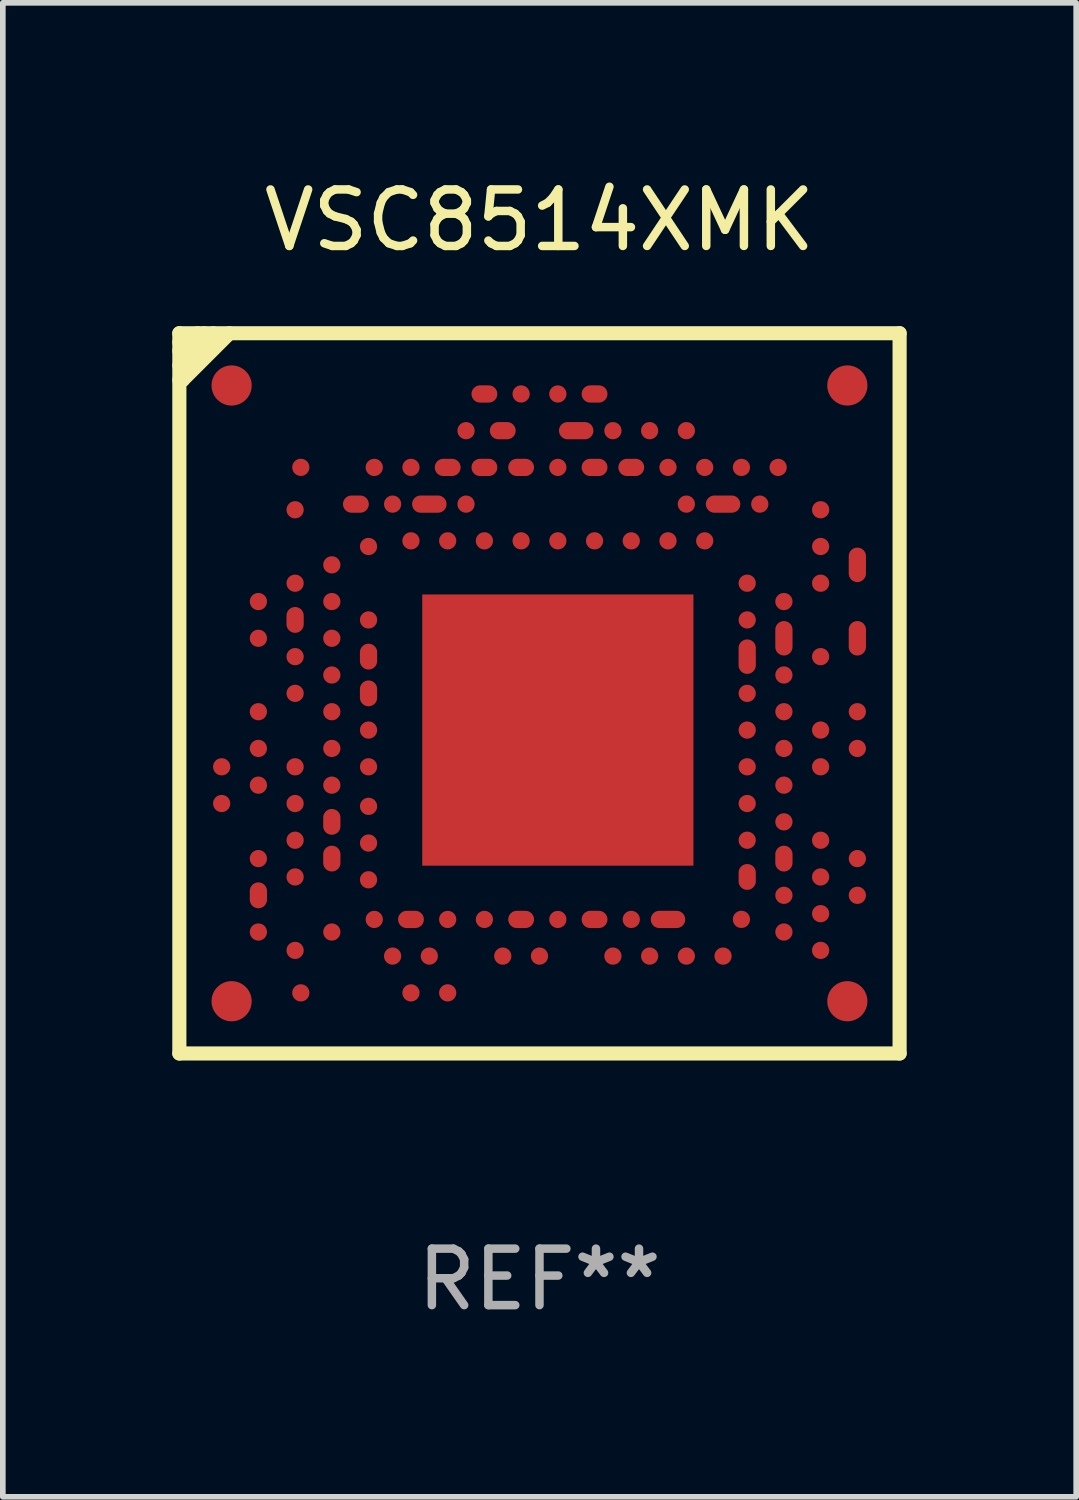
<source format=kicad_pcb>
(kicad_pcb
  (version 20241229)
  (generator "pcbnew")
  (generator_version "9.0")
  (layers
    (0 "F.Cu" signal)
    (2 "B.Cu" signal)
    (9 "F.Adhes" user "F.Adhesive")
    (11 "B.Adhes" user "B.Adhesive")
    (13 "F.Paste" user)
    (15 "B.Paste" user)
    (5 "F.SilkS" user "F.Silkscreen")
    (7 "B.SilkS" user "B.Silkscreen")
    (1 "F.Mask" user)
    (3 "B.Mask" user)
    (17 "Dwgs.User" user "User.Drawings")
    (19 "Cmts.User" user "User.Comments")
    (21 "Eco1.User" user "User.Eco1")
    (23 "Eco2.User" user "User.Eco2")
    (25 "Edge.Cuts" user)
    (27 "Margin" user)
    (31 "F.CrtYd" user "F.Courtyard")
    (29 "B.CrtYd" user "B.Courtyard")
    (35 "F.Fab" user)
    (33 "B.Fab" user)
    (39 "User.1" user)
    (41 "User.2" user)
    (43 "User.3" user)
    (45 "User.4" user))
  (footprint "VSC8514XMK"
    (layer "F.Cu")
    (at 6.5 9.224)
    (property "Reference" "VSC8514XMK" (at 0 -8.375 0) (layer "F.SilkS") (effects (font (size 1 1) (thickness 0.15))))
    (attr through_hole)
    (fp_line (start -6.375 -6.375) (end -6.375 6.375) (stroke (width 0.25) (type solid)) (layer "F.SilkS"))
    (fp_line (start -6.375 -6.214) (end -6.212 -6.214) (stroke (width 0.25) (type solid)) (layer "F.SilkS"))
    (fp_line (start -6.375 -6.064) (end -6.245 -6.064) (stroke (width 0.25) (type solid)) (layer "F.SilkS"))
    (fp_line (start -6.375 -5.805) (end -6.344 -5.805) (stroke (width 0.25) (type solid)) (layer "F.SilkS"))
    (fp_line (start -6.375 -5.547) (end -6.316 -5.547) (stroke (width 0.25) (type solid)) (layer "F.SilkS"))
    (fp_line (start -6.375 6.375) (end 6.375 6.375) (stroke (width 0.25) (type solid)) (layer "F.SilkS"))
    (fp_line (start -6.344 -5.805) (end -5.774 -6.375) (stroke (width 0.25) (type solid)) (layer "F.SilkS"))
    (fp_line (start -6.316 -5.547) (end -5.487 -6.375) (stroke (width 0.25) (type solid)) (layer "F.SilkS"))
    (fp_line (start -6.245 -6.064) (end -5.934 -6.375) (stroke (width 0.25) (type solid)) (layer "F.SilkS"))
    (fp_line (start -6.212 -6.214) (end -6.051 -6.375) (stroke (width 0.25) (type solid)) (layer "F.SilkS"))
    (fp_line (start 6.375 -6.375) (end -6.375 -6.375) (stroke (width 0.25) (type solid)) (layer "F.SilkS"))
    (fp_line (start 6.375 6.375) (end 6.375 -6.375) (stroke (width 0.25) (type solid)) (layer "F.SilkS"))
    (fp_text user "REF**" (at 0 10.375 0) (layer "F.Fab") (effects (font (size 1 1) (thickness 0.15))))
    (pad "139" smd rect (at 0.325 0.65) (size 4.801 4.801) (layers "F.Cu" "F.Mask" "F.Paste"))
    (pad "A1" smd circle (at -5.45 -5.45) (size 0.711 0.711) (layers "F.Cu" "F.Mask" "F.Paste"))
    (pad "A2" smd circle (at -5.626 1.3) (size 0.305 0.305) (layers "F.Cu" "F.Mask" "F.Paste"))
    (pad "A3" smd circle (at -5.626 1.95) (size 0.305 0.305) (layers "F.Cu" "F.Mask" "F.Paste"))
    (pad "A4" smd circle (at -5.45 5.45) (size 0.711 0.711) (layers "F.Cu" "F.Mask" "F.Paste"))
    (pad "A5" smd circle (at 5.45 5.45) (size 0.711 0.711) (layers "F.Cu" "F.Mask" "F.Paste"))
    (pad "A6" smd circle (at 5.45 -5.45) (size 0.711 0.711) (layers "F.Cu" "F.Mask" "F.Paste"))
    (pad "A7" smd oval (at 0.975 -5.3) (size 0.457 0.305) (layers "F.Cu" "F.Mask" "F.Paste"))
    (pad "A8" smd circle (at 0.325 -5.3) (size 0.305 0.305) (layers "F.Cu" "F.Mask" "F.Paste"))
    (pad "A9" smd circle (at -0.325 -5.3) (size 0.305 0.305) (layers "F.Cu" "F.Mask" "F.Paste"))
    (pad "A10" smd oval (at -0.975 -5.3) (size 0.457 0.305) (layers "F.Cu" "F.Mask" "F.Paste"))
    (pad "B1" smd circle (at -4.976 -1.625) (size 0.305 0.305) (layers "F.Cu" "F.Mask" "F.Paste"))
    (pad "B2" smd circle (at -4.976 -0.975) (size 0.305 0.305) (layers "F.Cu" "F.Mask" "F.Paste"))
    (pad "B3" smd circle (at -4.976 0.325) (size 0.305 0.305) (layers "F.Cu" "F.Mask" "F.Paste"))
    (pad "B4" smd circle (at -4.976 0.975) (size 0.305 0.305) (layers "F.Cu" "F.Mask" "F.Paste"))
    (pad "B5" smd circle (at -4.976 1.625) (size 0.305 0.305) (layers "F.Cu" "F.Mask" "F.Paste"))
    (pad "B6" smd circle (at -4.976 2.925) (size 0.305 0.305) (layers "F.Cu" "F.Mask" "F.Paste"))
    (pad "B7" smd oval (at -4.976 3.575 90) (size 0.457 0.305) (layers "F.Cu" "F.Mask" "F.Paste"))
    (pad "B8" smd circle (at -4.976 4.225) (size 0.305 0.305) (layers "F.Cu" "F.Mask" "F.Paste"))
    (pad "B9" smd circle (at 5.627 3.575) (size 0.305 0.305) (layers "F.Cu" "F.Mask" "F.Paste"))
    (pad "B10" smd circle (at 5.627 2.925) (size 0.305 0.305) (layers "F.Cu" "F.Mask" "F.Paste"))
    (pad "B11" smd circle (at 5.627 0.975) (size 0.305 0.305) (layers "F.Cu" "F.Mask" "F.Paste"))
    (pad "B12" smd circle (at 5.627 0.325) (size 0.305 0.305) (layers "F.Cu" "F.Mask" "F.Paste"))
    (pad "B13" smd oval (at 5.627 -0.975 90) (size 0.61 0.305) (layers "F.Cu" "F.Mask" "F.Paste"))
    (pad "B14" smd oval (at 5.627 -2.275 90) (size 0.61 0.305) (layers "F.Cu" "F.Mask" "F.Paste"))
    (pad "B15" smd circle (at 2.6 -4.65) (size 0.305 0.305) (layers "F.Cu" "F.Mask" "F.Paste"))
    (pad "B16" smd circle (at 1.95 -4.65) (size 0.305 0.305) (layers "F.Cu" "F.Mask" "F.Paste"))
    (pad "B17" smd circle (at 1.3 -4.65) (size 0.305 0.305) (layers "F.Cu" "F.Mask" "F.Paste"))
    (pad "B18" smd oval (at 0.65 -4.65) (size 0.61 0.305) (layers "F.Cu" "F.Mask" "F.Paste"))
    (pad "B19" smd oval (at -0.65 -4.65) (size 0.457 0.305) (layers "F.Cu" "F.Mask" "F.Paste"))
    (pad "B20" smd circle (at -1.3 -4.65) (size 0.305 0.305) (layers "F.Cu" "F.Mask" "F.Paste"))
    (pad "C1" smd circle (at -4.326 -3.25) (size 0.305 0.305) (layers "F.Cu" "F.Mask" "F.Paste"))
    (pad "C2" smd circle (at -4.326 -1.95) (size 0.305 0.305) (layers "F.Cu" "F.Mask" "F.Paste"))
    (pad "C3" smd oval (at -4.326 -1.3 90) (size 0.457 0.305) (layers "F.Cu" "F.Mask" "F.Paste"))
    (pad "C4" smd circle (at -4.326 -0.65) (size 0.305 0.305) (layers "F.Cu" "F.Mask" "F.Paste"))
    (pad "C5" smd circle (at -4.326 0) (size 0.305 0.305) (layers "F.Cu" "F.Mask" "F.Paste"))
    (pad "C6" smd circle (at -4.326 1.3) (size 0.305 0.305) (layers "F.Cu" "F.Mask" "F.Paste"))
    (pad "C7" smd circle (at -4.326 1.95) (size 0.305 0.305) (layers "F.Cu" "F.Mask" "F.Paste"))
    (pad "C8" smd circle (at -4.326 2.6) (size 0.305 0.305) (layers "F.Cu" "F.Mask" "F.Paste"))
    (pad "C9" smd circle (at -4.326 3.25) (size 0.305 0.305) (layers "F.Cu" "F.Mask" "F.Paste"))
    (pad "C10" smd circle (at -4.326 4.55) (size 0.305 0.305) (layers "F.Cu" "F.Mask" "F.Paste"))
    (pad "C11" smd circle (at -4.225 5.302) (size 0.305 0.305) (layers "F.Cu" "F.Mask" "F.Paste"))
    (pad "C12" smd circle (at -2.275 5.302) (size 0.305 0.305) (layers "F.Cu" "F.Mask" "F.Paste"))
    (pad "C13" smd circle (at -1.625 5.302) (size 0.305 0.305) (layers "F.Cu" "F.Mask" "F.Paste"))
    (pad "C14" smd circle (at 4.977 4.55) (size 0.305 0.305) (layers "F.Cu" "F.Mask" "F.Paste"))
    (pad "C15" smd circle (at 4.977 3.9) (size 0.305 0.305) (layers "F.Cu" "F.Mask" "F.Paste"))
    (pad "C16" smd circle (at 4.977 3.25) (size 0.305 0.305) (layers "F.Cu" "F.Mask" "F.Paste"))
    (pad "C17" smd circle (at 4.977 2.6) (size 0.305 0.305) (layers "F.Cu" "F.Mask" "F.Paste"))
    (pad "C18" smd circle (at 4.977 1.3) (size 0.305 0.305) (layers "F.Cu" "F.Mask" "F.Paste"))
    (pad "C19" smd circle (at 4.977 0.65) (size 0.305 0.305) (layers "F.Cu" "F.Mask" "F.Paste"))
    (pad "C20" smd circle (at 4.977 -0.65) (size 0.305 0.305) (layers "F.Cu" "F.Mask" "F.Paste"))
    (pad "C21" smd circle (at 4.977 -1.95) (size 0.305 0.305) (layers "F.Cu" "F.Mask" "F.Paste"))
    (pad "C22" smd circle (at 4.977 -2.6) (size 0.305 0.305) (layers "F.Cu" "F.Mask" "F.Paste"))
    (pad "C23" smd circle (at 4.977 -3.25) (size 0.305 0.305) (layers "F.Cu" "F.Mask" "F.Paste"))
    (pad "C24" smd circle (at 4.225 -4) (size 0.305 0.305) (layers "F.Cu" "F.Mask" "F.Paste"))
    (pad "C25" smd circle (at 3.575 -4) (size 0.305 0.305) (layers "F.Cu" "F.Mask" "F.Paste"))
    (pad "C26" smd circle (at 2.925 -4) (size 0.305 0.305) (layers "F.Cu" "F.Mask" "F.Paste"))
    (pad "C27" smd circle (at 2.275 -4) (size 0.305 0.305) (layers "F.Cu" "F.Mask" "F.Paste"))
    (pad "C28" smd oval (at 1.625 -4) (size 0.457 0.305) (layers "F.Cu" "F.Mask" "F.Paste"))
    (pad "C29" smd oval (at 0.975 -4) (size 0.457 0.305) (layers "F.Cu" "F.Mask" "F.Paste"))
    (pad "C30" smd circle (at 0.325 -4) (size 0.305 0.305) (layers "F.Cu" "F.Mask" "F.Paste"))
    (pad "C31" smd oval (at -0.325 -4) (size 0.457 0.305) (layers "F.Cu" "F.Mask" "F.Paste"))
    (pad "C32" smd oval (at -0.975 -4) (size 0.457 0.305) (layers "F.Cu" "F.Mask" "F.Paste"))
    (pad "C33" smd oval (at -1.625 -4) (size 0.457 0.305) (layers "F.Cu" "F.Mask" "F.Paste"))
    (pad "C34" smd circle (at -2.275 -4) (size 0.305 0.305) (layers "F.Cu" "F.Mask" "F.Paste"))
    (pad "C35" smd circle (at -2.925 -4) (size 0.305 0.305) (layers "F.Cu" "F.Mask" "F.Paste"))
    (pad "C36" smd circle (at -4.225 -4.001) (size 0.305 0.305) (layers "F.Cu" "F.Mask" "F.Paste"))
    (pad "D1" smd circle (at -3.676 -2.275) (size 0.305 0.305) (layers "F.Cu" "F.Mask" "F.Paste"))
    (pad "D2" smd circle (at -3.676 -1.625) (size 0.305 0.305) (layers "F.Cu" "F.Mask" "F.Paste"))
    (pad "D3" smd circle (at -3.676 -0.975) (size 0.305 0.305) (layers "F.Cu" "F.Mask" "F.Paste"))
    (pad "D4" smd circle (at -3.676 -0.325) (size 0.305 0.305) (layers "F.Cu" "F.Mask" "F.Paste"))
    (pad "D5" smd circle (at -3.676 0.325) (size 0.305 0.305) (layers "F.Cu" "F.Mask" "F.Paste"))
    (pad "D6" smd circle (at -3.676 0.975) (size 0.305 0.305) (layers "F.Cu" "F.Mask" "F.Paste"))
    (pad "D7" smd circle (at -3.676 1.625) (size 0.305 0.305) (layers "F.Cu" "F.Mask" "F.Paste"))
    (pad "D8" smd oval (at -3.676 2.275 90) (size 0.457 0.305) (layers "F.Cu" "F.Mask" "F.Paste"))
    (pad "D9" smd oval (at -3.676 2.925 90) (size 0.457 0.305) (layers "F.Cu" "F.Mask" "F.Paste"))
    (pad "D10" smd circle (at -3.676 4.225) (size 0.305 0.305) (layers "F.Cu" "F.Mask" "F.Paste"))
    (pad "D11" smd circle (at -2.6 4.651) (size 0.305 0.305) (layers "F.Cu" "F.Mask" "F.Paste"))
    (pad "D12" smd circle (at -1.95 4.651) (size 0.305 0.305) (layers "F.Cu" "F.Mask" "F.Paste"))
    (pad "D13" smd circle (at -0.65 4.651) (size 0.305 0.305) (layers "F.Cu" "F.Mask" "F.Paste"))
    (pad "D14" smd circle (at 0 4.651) (size 0.305 0.305) (layers "F.Cu" "F.Mask" "F.Paste"))
    (pad "D15" smd circle (at 1.3 4.651) (size 0.305 0.305) (layers "F.Cu" "F.Mask" "F.Paste"))
    (pad "D16" smd circle (at 1.95 4.651) (size 0.305 0.305) (layers "F.Cu" "F.Mask" "F.Paste"))
    (pad "D17" smd circle (at 2.6 4.651) (size 0.305 0.305) (layers "F.Cu" "F.Mask" "F.Paste"))
    (pad "D18" smd circle (at 3.25 4.651) (size 0.305 0.305) (layers "F.Cu" "F.Mask" "F.Paste"))
    (pad "D19" smd circle (at 4.327 4.225) (size 0.305 0.305) (layers "F.Cu" "F.Mask" "F.Paste"))
    (pad "D20" smd circle (at 4.327 3.575) (size 0.305 0.305) (layers "F.Cu" "F.Mask" "F.Paste"))
    (pad "D21" smd oval (at 4.327 2.925 90) (size 0.457 0.305) (layers "F.Cu" "F.Mask" "F.Paste"))
    (pad "D22" smd circle (at 4.327 2.275) (size 0.305 0.305) (layers "F.Cu" "F.Mask" "F.Paste"))
    (pad "D23" smd circle (at 4.327 1.625) (size 0.305 0.305) (layers "F.Cu" "F.Mask" "F.Paste"))
    (pad "D24" smd circle (at 4.327 0.975) (size 0.305 0.305) (layers "F.Cu" "F.Mask" "F.Paste"))
    (pad "D25" smd circle (at 4.327 0.325) (size 0.305 0.305) (layers "F.Cu" "F.Mask" "F.Paste"))
    (pad "D26" smd circle (at 4.327 -0.325) (size 0.305 0.305) (layers "F.Cu" "F.Mask" "F.Paste"))
    (pad "D27" smd oval (at 4.327 -0.975 90) (size 0.61 0.305) (layers "F.Cu" "F.Mask" "F.Paste"))
    (pad "D28" smd circle (at 4.327 -1.625) (size 0.305 0.305) (layers "F.Cu" "F.Mask" "F.Paste"))
    (pad "D29" smd circle (at 3.9 -3.35) (size 0.305 0.305) (layers "F.Cu" "F.Mask" "F.Paste"))
    (pad "D30" smd oval (at 3.25 -3.35) (size 0.61 0.305) (layers "F.Cu" "F.Mask" "F.Paste"))
    (pad "D31" smd circle (at 2.6 -3.35) (size 0.305 0.305) (layers "F.Cu" "F.Mask" "F.Paste"))
    (pad "D32" smd circle (at -1.3 -3.35) (size 0.305 0.305) (layers "F.Cu" "F.Mask" "F.Paste"))
    (pad "D33" smd oval (at -1.95 -3.35) (size 0.61 0.305) (layers "F.Cu" "F.Mask" "F.Paste"))
    (pad "D34" smd circle (at -2.6 -3.35) (size 0.305 0.305) (layers "F.Cu" "F.Mask" "F.Paste"))
    (pad "D35" smd oval (at -3.25 -3.35) (size 0.457 0.305) (layers "F.Cu" "F.Mask" "F.Paste"))
    (pad "E1" smd circle (at -3.026 -2.6) (size 0.305 0.305) (layers "F.Cu" "F.Mask" "F.Paste"))
    (pad "E2" smd circle (at -3.026 -1.3) (size 0.305 0.305) (layers "F.Cu" "F.Mask" "F.Paste"))
    (pad "E3" smd oval (at -3.026 -0.65 90) (size 0.457 0.305) (layers "F.Cu" "F.Mask" "F.Paste"))
    (pad "E4" smd oval (at -3.026 0 90) (size 0.457 0.305) (layers "F.Cu" "F.Mask" "F.Paste"))
    (pad "E5" smd circle (at -3.026 0.65) (size 0.305 0.305) (layers "F.Cu" "F.Mask" "F.Paste"))
    (pad "E6" smd circle (at -3.026 1.3) (size 0.305 0.305) (layers "F.Cu" "F.Mask" "F.Paste"))
    (pad "E7" smd circle (at -3.026 2) (size 0.305 0.305) (layers "F.Cu" "F.Mask" "F.Paste"))
    (pad "E8" smd circle (at -3.026 2.65) (size 0.305 0.305) (layers "F.Cu" "F.Mask" "F.Paste"))
    (pad "E9" smd circle (at -3.026 3.3) (size 0.305 0.305) (layers "F.Cu" "F.Mask" "F.Paste"))
    (pad "E10" smd circle (at -2.925 4.002) (size 0.305 0.305) (layers "F.Cu" "F.Mask" "F.Paste"))
    (pad "E11" smd oval (at -2.275 4.002) (size 0.457 0.305) (layers "F.Cu" "F.Mask" "F.Paste"))
    (pad "E12" smd circle (at -1.625 4.002) (size 0.305 0.305) (layers "F.Cu" "F.Mask" "F.Paste"))
    (pad "E13" smd circle (at -0.975 4.002) (size 0.305 0.305) (layers "F.Cu" "F.Mask" "F.Paste"))
    (pad "E14" smd oval (at -0.325 4.002) (size 0.457 0.305) (layers "F.Cu" "F.Mask" "F.Paste"))
    (pad "E15" smd circle (at 0.325 4.002) (size 0.305 0.305) (layers "F.Cu" "F.Mask" "F.Paste"))
    (pad "E16" smd oval (at 0.975 4.002) (size 0.457 0.305) (layers "F.Cu" "F.Mask" "F.Paste"))
    (pad "E17" smd circle (at 1.625 4.002) (size 0.305 0.305) (layers "F.Cu" "F.Mask" "F.Paste"))
    (pad "E18" smd oval (at 2.275 4.002) (size 0.61 0.305) (layers "F.Cu" "F.Mask" "F.Paste"))
    (pad "E19" smd circle (at 3.575 4.001) (size 0.305 0.305) (layers "F.Cu" "F.Mask" "F.Paste"))
    (pad "E20" smd oval (at 3.677 3.25 90) (size 0.457 0.305) (layers "F.Cu" "F.Mask" "F.Paste"))
    (pad "E21" smd circle (at 3.677 2.6) (size 0.305 0.305) (layers "F.Cu" "F.Mask" "F.Paste"))
    (pad "E22" smd circle (at 3.677 1.95) (size 0.305 0.305) (layers "F.Cu" "F.Mask" "F.Paste"))
    (pad "E23" smd circle (at 3.677 1.3) (size 0.305 0.305) (layers "F.Cu" "F.Mask" "F.Paste"))
    (pad "E24" smd circle (at 3.677 0.65) (size 0.305 0.305) (layers "F.Cu" "F.Mask" "F.Paste"))
    (pad "E25" smd circle (at 3.677 0) (size 0.305 0.305) (layers "F.Cu" "F.Mask" "F.Paste"))
    (pad "E26" smd oval (at 3.677 -0.65 90) (size 0.61 0.305) (layers "F.Cu" "F.Mask" "F.Paste"))
    (pad "E27" smd circle (at 3.677 -1.3) (size 0.305 0.305) (layers "F.Cu" "F.Mask" "F.Paste"))
    (pad "E28" smd circle (at 3.677 -1.95) (size 0.305 0.305) (layers "F.Cu" "F.Mask" "F.Paste"))
    (pad "E29" smd circle (at 2.925 -2.7) (size 0.305 0.305) (layers "F.Cu" "F.Mask" "F.Paste"))
    (pad "E30" smd circle (at 2.275 -2.7) (size 0.305 0.305) (layers "F.Cu" "F.Mask" "F.Paste"))
    (pad "E31" smd circle (at 1.625 -2.7) (size 0.305 0.305) (layers "F.Cu" "F.Mask" "F.Paste"))
    (pad "E32" smd circle (at 0.975 -2.7) (size 0.305 0.305) (layers "F.Cu" "F.Mask" "F.Paste"))
    (pad "E33" smd circle (at 0.325 -2.7) (size 0.305 0.305) (layers "F.Cu" "F.Mask" "F.Paste"))
    (pad "E34" smd circle (at -0.325 -2.7) (size 0.305 0.305) (layers "F.Cu" "F.Mask" "F.Paste"))
    (pad "E35" smd circle (at -0.975 -2.7) (size 0.305 0.305) (layers "F.Cu" "F.Mask" "F.Paste"))
    (pad "E36" smd circle (at -1.625 -2.7) (size 0.305 0.305) (layers "F.Cu" "F.Mask" "F.Paste"))
    (pad "E37" smd circle (at -2.275 -2.7) (size 0.305 0.305) (layers "F.Cu" "F.Mask" "F.Paste")))
  (gr_rect
    (start -3 -3)
    (end 16.001 23.447)
    (stroke (width 0.1) (type default))
    (fill no)
    (layer "Edge.Cuts")))
</source>
